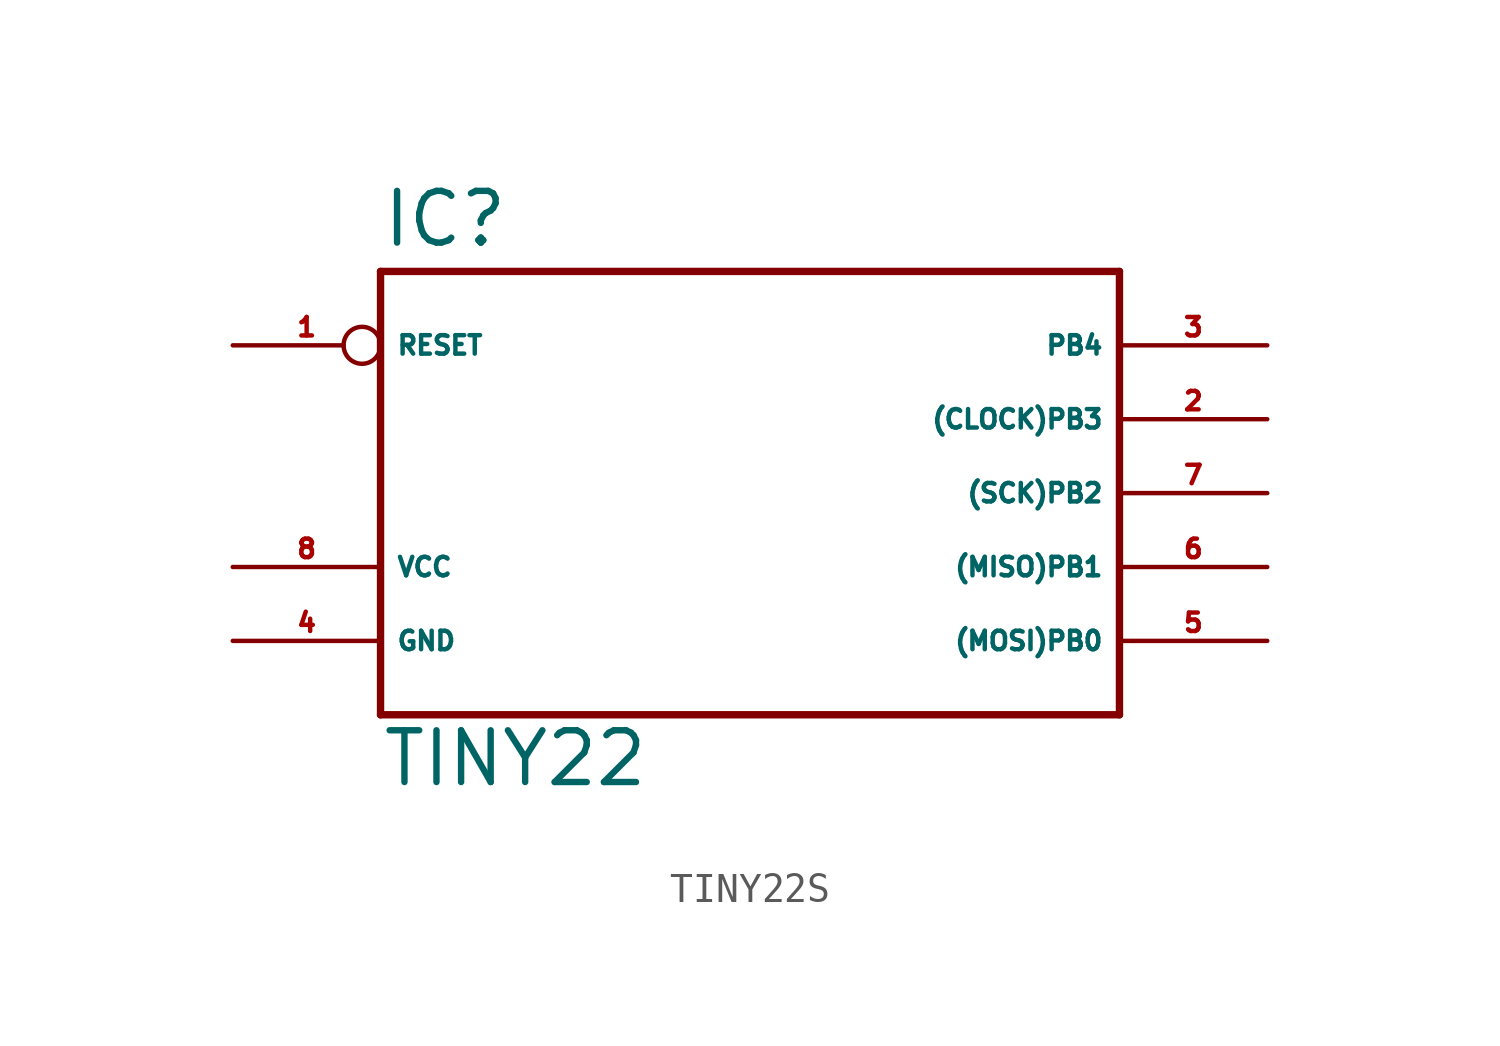
<source format=kicad_sym>
(kicad_symbol_lib
  (version 20220914)
  (generator Eagle2Kicad)
  (symbol "TINY22S"
    (property "Reference" "IC"
      (at -12.7 8.382 0)
      (effects (font (size 1.778 1.778) (thickness 0.22)) (justify left bottom)))
    (property "Value" "TINY22"
      (at -12.7 -10.16 0)
      (effects (font (size 1.778 1.778) (thickness 0.22)) (justify left bottom)))
    (polyline
      (pts (xy -12.7 -7.62) (xy 12.7 -7.62))
      (stroke (width 0.254) (type default))
      (fill (type none)))
    (polyline
      (pts (xy 12.7 -7.62) (xy 12.7 7.62))
      (stroke (width 0.254) (type default))
      (fill (type none)))
    (polyline
      (pts (xy 12.7 7.62) (xy -12.7 7.62))
      (stroke (width 0.254) (type default))
      (fill (type none)))
    (polyline
      (pts (xy -12.7 7.62) (xy -12.7 -7.62))
      (stroke (width 0.254) (type default))
      (fill (type none)))
    (pin unspecified line
      (at -17.78 -5.08 0)
      (length 5.08)
      (name "GND" (effects (font (size 0.635 0.635) (thickness 0.08)) (justify left bottom)))
      (number "4" (effects (font (size 0.635 0.635) (thickness 0.08)) (justify left bottom))))
    (pin unspecified line
      (at -17.78 -2.54 0)
      (length 5.08)
      (name "VCC" (effects (font (size 0.635 0.635) (thickness 0.08)) (justify left bottom)))
      (number "8" (effects (font (size 0.635 0.635) (thickness 0.08)) (justify left bottom))))
    (pin input inverted
      (at -17.78 5.08 0)
      (length 5.08)
      (name "RESET" (effects (font (size 0.635 0.635) (thickness 0.08)) (justify left bottom)))
      (number "1" (effects (font (size 0.635 0.635) (thickness 0.08)) (justify left bottom))))
    (pin bidirectional line
      (at 17.78 5.08 180)
      (length 5.08)
      (name "PB4" (effects (font (size 0.635 0.635) (thickness 0.08)) (justify left bottom)))
      (number "3" (effects (font (size 0.635 0.635) (thickness 0.08)) (justify left bottom))))
    (pin bidirectional line
      (at 17.78 2.54 180)
      (length 5.08)
      (name "(CLOCK)PB3" (effects (font (size 0.635 0.635) (thickness 0.08)) (justify left bottom)))
      (number "2" (effects (font (size 0.635 0.635) (thickness 0.08)) (justify left bottom))))
    (pin bidirectional line
      (at 17.78 0 180)
      (length 5.08)
      (name "(SCK)PB2" (effects (font (size 0.635 0.635) (thickness 0.08)) (justify left bottom)))
      (number "7" (effects (font (size 0.635 0.635) (thickness 0.08)) (justify left bottom))))
    (pin bidirectional line
      (at 17.78 -2.54 180)
      (length 5.08)
      (name "(MISO)PB1" (effects (font (size 0.635 0.635) (thickness 0.08)) (justify left bottom)))
      (number "6" (effects (font (size 0.635 0.635) (thickness 0.08)) (justify left bottom))))
    (pin bidirectional line
      (at 17.78 -5.08 180)
      (length 5.08)
      (name "(MOSI)PB0" (effects (font (size 0.635 0.635) (thickness 0.08)) (justify left bottom)))
      (number "5" (effects (font (size 0.635 0.635) (thickness 0.08)) (justify left bottom))))))
</source>
